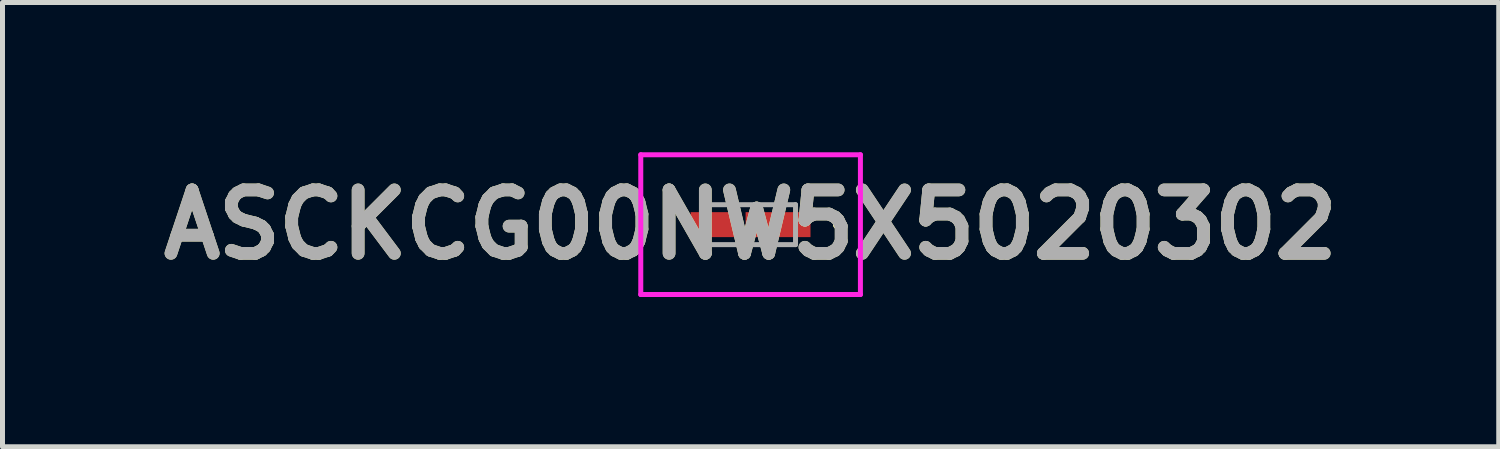
<source format=kicad_pcb>
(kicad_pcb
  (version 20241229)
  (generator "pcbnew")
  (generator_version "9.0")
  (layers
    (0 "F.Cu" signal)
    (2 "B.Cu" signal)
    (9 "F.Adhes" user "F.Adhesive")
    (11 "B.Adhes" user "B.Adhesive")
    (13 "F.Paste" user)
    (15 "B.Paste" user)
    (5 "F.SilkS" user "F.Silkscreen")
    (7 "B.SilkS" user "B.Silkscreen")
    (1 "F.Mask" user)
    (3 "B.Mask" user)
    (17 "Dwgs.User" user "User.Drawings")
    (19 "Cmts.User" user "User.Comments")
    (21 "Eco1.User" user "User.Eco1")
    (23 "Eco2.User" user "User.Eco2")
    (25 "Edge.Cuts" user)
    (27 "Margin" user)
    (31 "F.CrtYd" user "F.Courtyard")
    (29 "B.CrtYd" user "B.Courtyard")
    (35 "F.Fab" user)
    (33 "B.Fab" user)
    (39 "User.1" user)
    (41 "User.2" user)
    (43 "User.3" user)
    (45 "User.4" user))
  (footprint "ASCKCG00NW5X5020302"
    (layer "F.Cu")
    (at 11.986 1.45)
    (property "Reference" "ASCKCG00NW5X5020302" (at 0 0 0) (layer "F.SilkS") (effects (font (size 1.27 1.27) (thickness 0.254))))
    (attr smd)
    (fp_line (start 1.7 0) (end 1.7 0) (stroke (width 0.1) (type solid)) (layer "F.SilkS"))
    (fp_line (start 1.8 0) (end 1.8 0) (stroke (width 0.1) (type solid)) (layer "F.SilkS"))
    (fp_arc (start 1.7 0) (mid 1.75 -0.05) (end 1.8 0) (stroke (width 0.1) (type solid)) (layer "F.SilkS"))
    (fp_arc (start 1.8 0) (mid 1.75 0.05) (end 1.7 0) (stroke (width 0.1) (type solid)) (layer "F.SilkS"))
    (fp_line (start -2.2 -1.4) (end 2.2 -1.4) (stroke (width 0.1) (type solid)) (layer "F.CrtYd"))
    (fp_line (start -2.2 1.4) (end -2.2 -1.4) (stroke (width 0.1) (type solid)) (layer "F.CrtYd"))
    (fp_line (start 2.2 -1.4) (end 2.2 1.4) (stroke (width 0.1) (type solid)) (layer "F.CrtYd"))
    (fp_line (start 2.2 1.4) (end -2.2 1.4) (stroke (width 0.1) (type solid)) (layer "F.CrtYd"))
    (fp_line (start -0.9 -0.4) (end 0.9 -0.4) (stroke (width 0.1) (type solid)) (layer "F.Fab"))
    (fp_line (start -0.9 0.4) (end -0.9 -0.4) (stroke (width 0.1) (type solid)) (layer "F.Fab"))
    (fp_line (start 0.9 -0.4) (end 0.9 0.4) (stroke (width 0.1) (type solid)) (layer "F.Fab"))
    (fp_line (start 0.9 0.4) (end -0.9 0.4) (stroke (width 0.1) (type solid)) (layer "F.Fab"))
    (fp_text user "${REFERENCE}" (at 0 0 0) (layer "F.Fab") (effects (font (size 1.27 1.27) (thickness 0.254))))
    (pad "1" smd rect (at 0.55 0 90) (size 0.5 1.3) (layers "F.Cu" "F.Mask" "F.Paste"))
    (pad "2" smd rect (at -0.765 0 90) (size 0.5 0.87) (layers "F.Cu" "F.Mask" "F.Paste")))
  (gr_rect
    (start -3 -3)
    (end 26.973 5.9)
    (stroke (width 0.1) (type default))
    (fill no)
    (layer "Edge.Cuts")))
</source>
